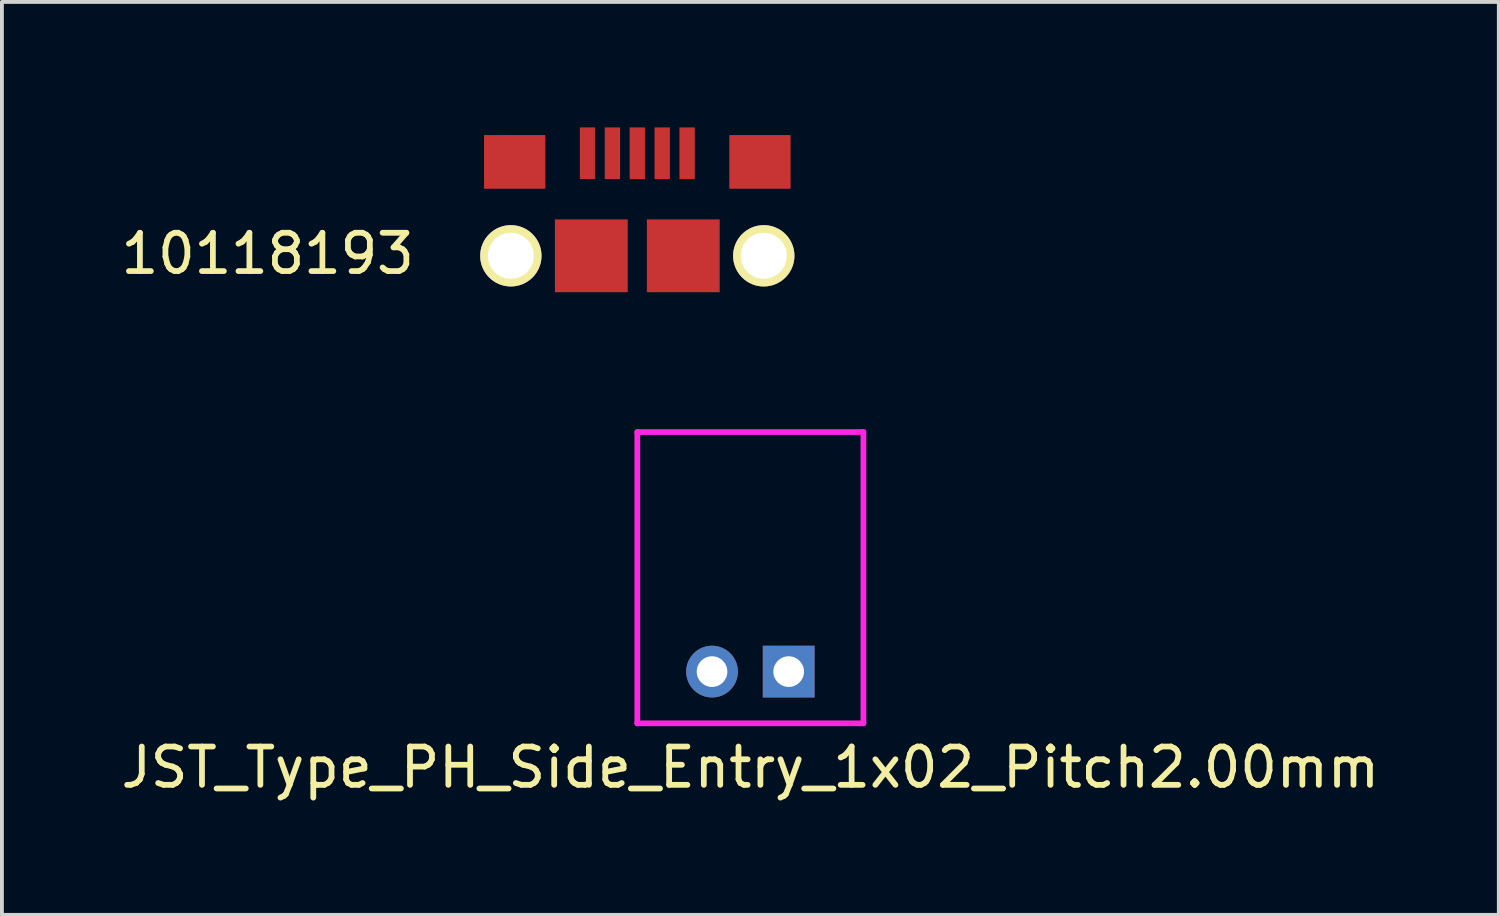
<source format=kicad_pcb>
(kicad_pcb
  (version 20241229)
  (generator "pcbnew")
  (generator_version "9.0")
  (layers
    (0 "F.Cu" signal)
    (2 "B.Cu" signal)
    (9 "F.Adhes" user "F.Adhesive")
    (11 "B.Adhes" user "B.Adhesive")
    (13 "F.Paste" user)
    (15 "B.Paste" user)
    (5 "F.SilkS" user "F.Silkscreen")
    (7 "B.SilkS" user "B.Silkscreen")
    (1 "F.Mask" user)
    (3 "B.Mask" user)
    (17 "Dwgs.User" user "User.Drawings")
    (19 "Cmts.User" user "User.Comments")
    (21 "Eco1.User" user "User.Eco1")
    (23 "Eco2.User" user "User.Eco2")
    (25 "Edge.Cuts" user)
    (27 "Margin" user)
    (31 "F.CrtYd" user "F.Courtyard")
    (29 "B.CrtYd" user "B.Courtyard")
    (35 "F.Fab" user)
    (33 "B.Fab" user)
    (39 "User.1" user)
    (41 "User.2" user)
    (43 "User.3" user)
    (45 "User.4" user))
  (footprint "10118193"
    (layer "F.Cu")
    (at 13.58 3.625)
    (property "Reference" "10118193" (at -9.646 -0.056 0) (layer "F.SilkS") (effects (font (size 1 1) (thickness 0.15))))
    (attr through_hole)
    (fp_line (start -5 -3.55) (end 5 -3.55) (stroke (width 0.15) (type solid)) (layer "Eco1.User"))
    (fp_line (start -5 1.45) (end -5 -3.55) (stroke (width 0.15) (type solid)) (layer "Eco1.User"))
    (fp_line (start -5 1.45) (end 5 1.45) (stroke (width 0.15) (type solid)) (layer "Eco1.User"))
    (fp_line (start 5 1.45) (end 5 -3.55) (stroke (width 0.15) (type solid)) (layer "Eco1.User"))
    (pad "" np_thru_hole circle (at -3.3 0) (size 1.6 1.6) (drill 1.2) (layers "*.Cu" "*.Mask" "F.SilkS"))
    (pad "" np_thru_hole circle (at 3.3 0) (size 1.6 1.6) (drill 1.2) (layers "*.Cu" "*.Mask" "F.SilkS"))
    (pad "1" smd rect (at -1.3 -2.675) (size 0.4 1.35) (layers "F.Cu" "F.Mask" "F.Paste"))
    (pad "2" smd rect (at -0.65 -2.675) (size 0.4 1.35) (layers "F.Cu" "F.Mask" "F.Paste"))
    (pad "3" smd rect (at 0 -2.675) (size 0.4 1.35) (layers "F.Cu" "F.Mask" "F.Paste"))
    (pad "4" smd rect (at 0.65 -2.675) (size 0.4 1.35) (layers "F.Cu" "F.Mask" "F.Paste"))
    (pad "5" smd rect (at 1.3 -2.675) (size 0.4 1.35) (layers "F.Cu" "F.Mask" "F.Paste"))
    (pad "6" smd rect (at -3.2 -2.45) (size 1.6 1.4) (layers "F.Cu" "F.Mask" "F.Paste"))
    (pad "6" smd rect (at -1.2 0) (size 1.9 1.9) (layers "F.Cu" "F.Mask" "F.Paste"))
    (pad "6" smd rect (at 1.2 0) (size 1.9 1.9) (layers "F.Cu" "F.Mask" "F.Paste"))
    (pad "6" smd rect (at 3.2 -2.45) (size 1.6 1.4) (layers "F.Cu" "F.Mask" "F.Paste")))
  (footprint "JST_Type_PH_Side_Entry_1x02_Pitch2.00mm"
    (layer "F.Cu")
    (at 16.53 14.475)
    (property "Reference" "JST_Type_PH_Side_Entry_1x02_Pitch2.00mm" (at 0 2.5 0) (layer "F.SilkS") (effects (font (size 1 1) (thickness 0.15))))
    (attr through_hole)
    (fp_line (start -2.95 -6.25) (end -2.95 1.35) (stroke (width 0.15) (type solid)) (layer "F.CrtYd"))
    (fp_line (start -2.95 -6.25) (end 2.95 -6.25) (stroke (width 0.15) (type solid)) (layer "F.CrtYd"))
    (fp_line (start -2.95 1.35) (end 2.95 1.35) (stroke (width 0.15) (type solid)) (layer "F.CrtYd"))
    (fp_line (start 2.95 -6.25) (end 2.95 1.35) (stroke (width 0.15) (type solid)) (layer "F.CrtYd"))
    (pad "1" thru_hole rect (at 1 0 270) (size 1.35 1.35) (drill 0.8) (layers "*.Cu" "*.Mask"))
    (pad "2" thru_hole circle (at -1 0 270) (size 1.35 1.35) (drill 0.8) (layers "*.Cu" "*.Mask")))
  (gr_rect
    (start -3 -3)
    (end 36.06 20.823)
    (stroke (width 0.1) (type default))
    (fill no)
    (layer "Edge.Cuts")))
</source>
